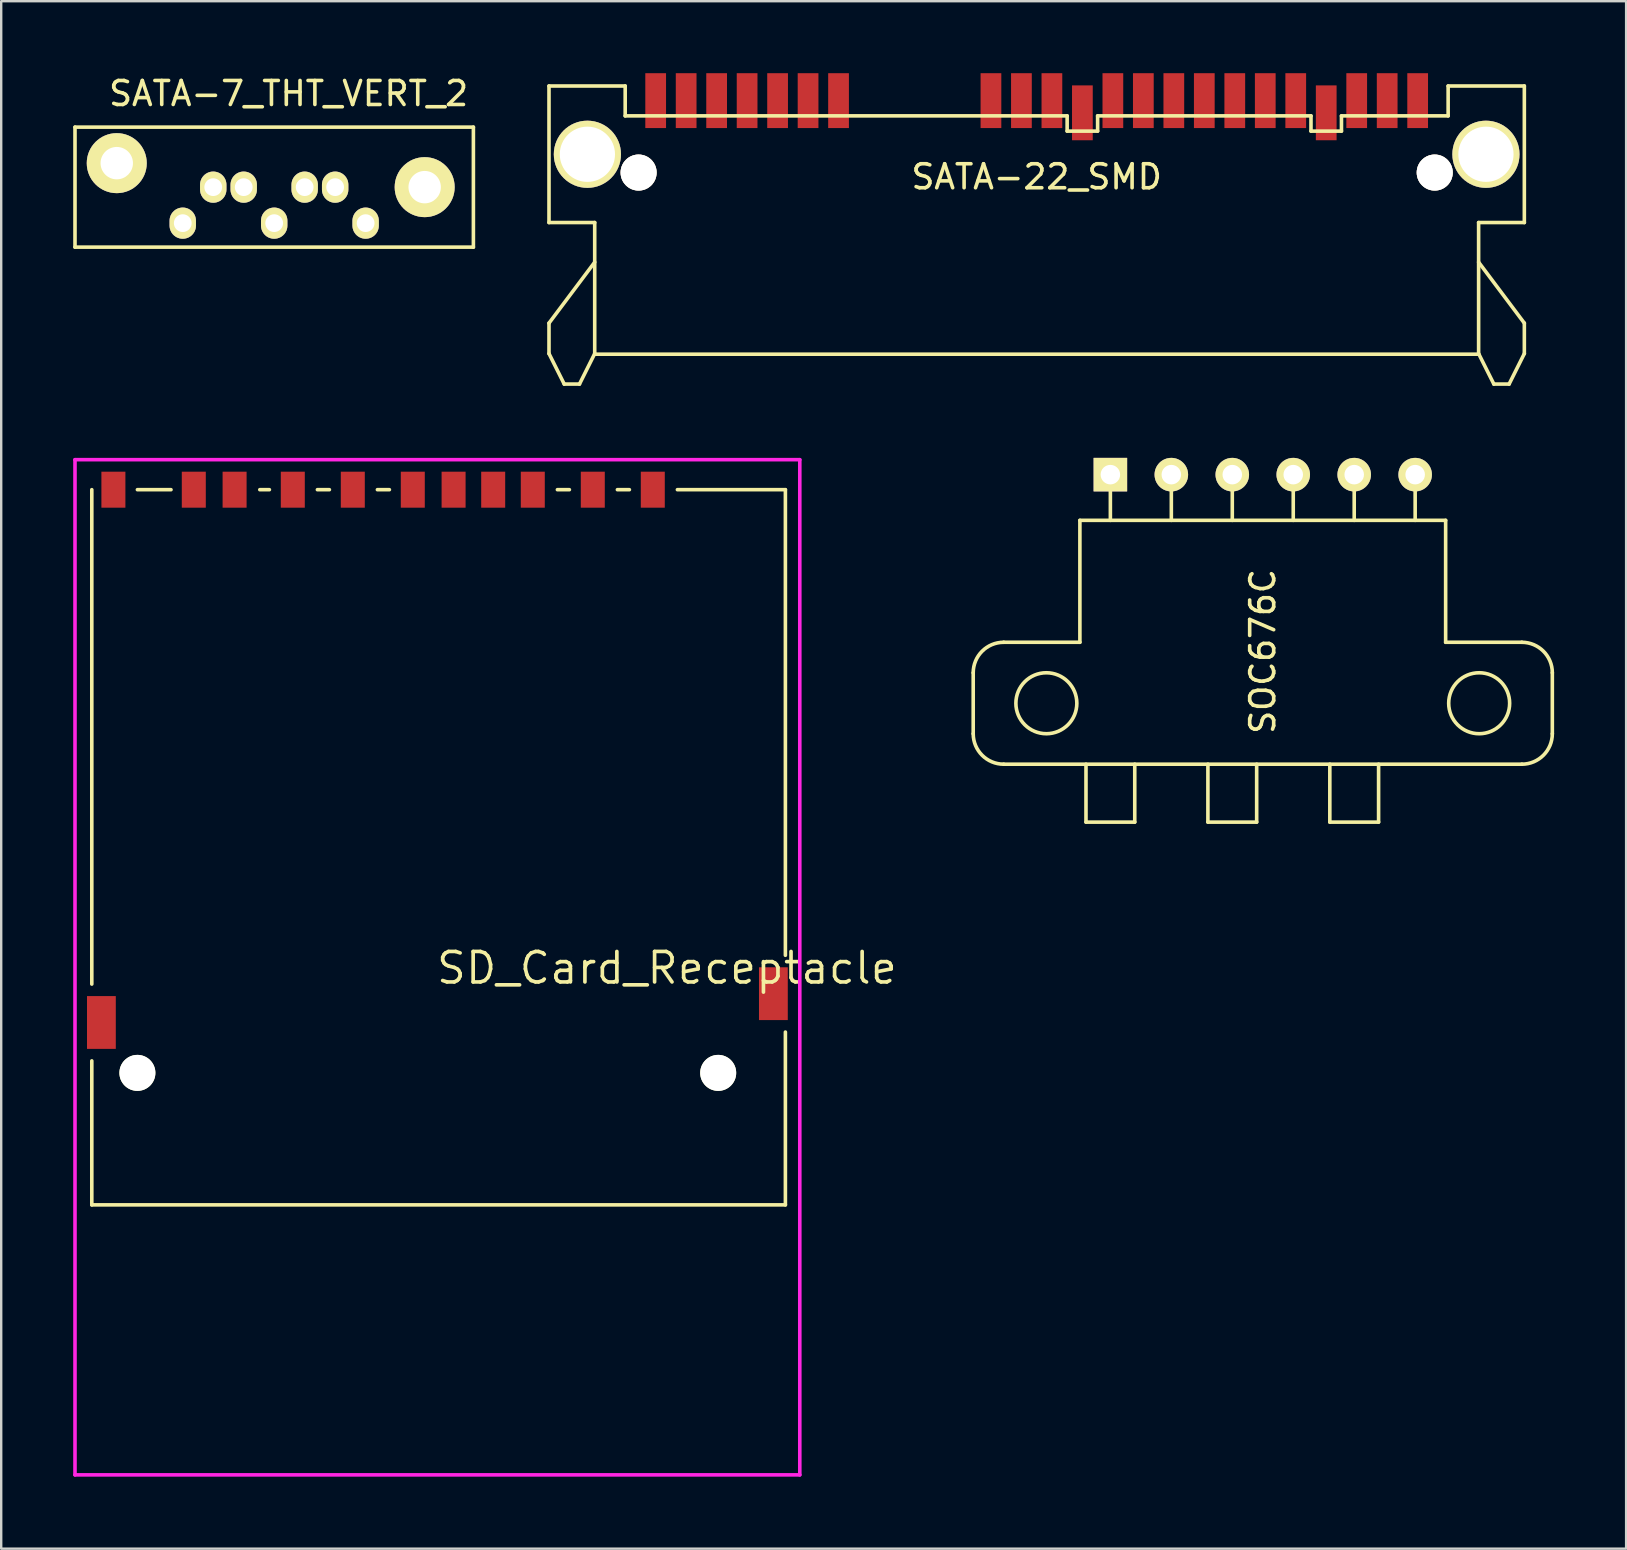
<source format=kicad_pcb>
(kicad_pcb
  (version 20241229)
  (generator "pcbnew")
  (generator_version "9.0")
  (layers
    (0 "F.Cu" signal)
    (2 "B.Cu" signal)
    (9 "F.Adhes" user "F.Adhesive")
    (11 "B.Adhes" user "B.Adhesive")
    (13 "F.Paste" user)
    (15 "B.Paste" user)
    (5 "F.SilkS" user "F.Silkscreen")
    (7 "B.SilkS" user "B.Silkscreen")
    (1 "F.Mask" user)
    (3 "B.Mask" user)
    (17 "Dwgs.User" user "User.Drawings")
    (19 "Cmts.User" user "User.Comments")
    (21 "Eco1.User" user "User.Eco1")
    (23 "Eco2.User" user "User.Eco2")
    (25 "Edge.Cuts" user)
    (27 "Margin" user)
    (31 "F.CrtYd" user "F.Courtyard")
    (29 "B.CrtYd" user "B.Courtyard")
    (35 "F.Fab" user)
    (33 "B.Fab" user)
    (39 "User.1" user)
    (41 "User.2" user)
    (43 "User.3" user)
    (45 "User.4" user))
  (footprint "SATA-7_THT_VERT_2"
    (layer "F.Cu")
    (at 8.375 4.748)
    (property "Reference" "SATA-7_THT_VERT_2" (at 0.6 -3.9 0) (layer "F.SilkS") (effects (font (size 1 1) (thickness 0.15))))
    (attr through_hole)
    (fp_line (start -8.3 -2.5) (end 8.3 -2.5) (stroke (width 0.15) (type solid)) (layer "F.SilkS"))
    (fp_line (start -8.3 2.5) (end -8.3 -2.5) (stroke (width 0.15) (type solid)) (layer "F.SilkS"))
    (fp_line (start 8.3 -2.5) (end 8.3 2.5) (stroke (width 0.15) (type solid)) (layer "F.SilkS"))
    (fp_line (start 8.3 2.5) (end -8.3 2.5) (stroke (width 0.15) (type solid)) (layer "F.SilkS"))
    (pad "1" thru_hole oval (at 3.81 1.5) (size 1.1 1.3) (drill 0.74) (layers "*.Cu" "*.Mask" "F.SilkS"))
    (pad "2" thru_hole oval (at 2.54 0) (size 1.1 1.3) (drill 0.74) (layers "*.Cu" "*.Mask" "F.SilkS"))
    (pad "3" thru_hole oval (at 1.27 0) (size 1.1 1.3) (drill 0.74) (layers "*.Cu" "*.Mask" "F.SilkS"))
    (pad "4" thru_hole oval (at 0 1.5) (size 1.1 1.3) (drill 0.74) (layers "*.Cu" "*.Mask" "F.SilkS"))
    (pad "5" thru_hole oval (at -1.27 0) (size 1.1 1.3) (drill 0.74) (layers "*.Cu" "*.Mask" "F.SilkS"))
    (pad "6" thru_hole oval (at -2.54 0) (size 1.1 1.3) (drill 0.74) (layers "*.Cu" "*.Mask" "F.SilkS"))
    (pad "7" thru_hole oval (at -3.81 1.5) (size 1.1 1.3) (drill 0.74) (layers "*.Cu" "*.Mask" "F.SilkS"))
    (pad "8" thru_hole circle (at -6.56 -1) (size 2.5 2.5) (drill 1.35) (layers "*.Cu" "*.Mask" "F.SilkS"))
    (pad "9" thru_hole circle (at 6.27 0) (size 2.5 2.5) (drill 1.35) (layers "*.Cu" "*.Mask" "F.SilkS")))
  (footprint "SATA-22_SMD"
    (layer "F.Cu")
    (at 40.145 1.143)
    (property "Reference" "SATA-22_SMD" (at 0 3.175 0) (layer "F.SilkS") (effects (font (size 1 1) (thickness 0.15))))
    (attr through_hole)
    (fp_line (start -20.32 -0.61) (end -20.32 5.08) (stroke (width 0.15) (type solid)) (layer "F.SilkS"))
    (fp_line (start -20.32 5.08) (end -18.415 5.08) (stroke (width 0.15) (type solid)) (layer "F.SilkS"))
    (fp_line (start -20.32 9.271) (end -18.415 6.731) (stroke (width 0.15) (type solid)) (layer "F.SilkS"))
    (fp_line (start -20.32 10.541) (end -20.32 9.271) (stroke (width 0.15) (type solid)) (layer "F.SilkS"))
    (fp_line (start -19.685 11.811) (end -20.32 10.541) (stroke (width 0.15) (type solid)) (layer "F.SilkS"))
    (fp_line (start -19.05 11.811) (end -19.685 11.811) (stroke (width 0.15) (type solid)) (layer "F.SilkS"))
    (fp_line (start -18.415 5.08) (end -18.415 10.566) (stroke (width 0.15) (type solid)) (layer "F.SilkS"))
    (fp_line (start -18.415 10.541) (end -19.05 11.811) (stroke (width 0.15) (type solid)) (layer "F.SilkS"))
    (fp_line (start -18.415 10.566) (end 18.415 10.566) (stroke (width 0.15) (type solid)) (layer "F.SilkS"))
    (fp_line (start -17.145 -0.61) (end -20.32 -0.61) (stroke (width 0.15) (type solid)) (layer "F.SilkS"))
    (fp_line (start -17.145 -0.61) (end -17.145 0.635) (stroke (width 0.15) (type solid)) (layer "F.SilkS"))
    (fp_line (start -17.145 0.635) (end 1.27 0.635) (stroke (width 0.15) (type solid)) (layer "F.SilkS"))
    (fp_line (start 1.27 0.635) (end 1.27 1.27) (stroke (width 0.15) (type solid)) (layer "F.SilkS"))
    (fp_line (start 1.27 1.27) (end 2.54 1.27) (stroke (width 0.15) (type solid)) (layer "F.SilkS"))
    (fp_line (start 2.54 0.635) (end 11.43 0.635) (stroke (width 0.15) (type solid)) (layer "F.SilkS"))
    (fp_line (start 2.54 1.27) (end 2.54 0.635) (stroke (width 0.15) (type solid)) (layer "F.SilkS"))
    (fp_line (start 11.43 0.635) (end 11.43 1.27) (stroke (width 0.15) (type solid)) (layer "F.SilkS"))
    (fp_line (start 11.43 1.27) (end 12.7 1.27) (stroke (width 0.15) (type solid)) (layer "F.SilkS"))
    (fp_line (start 12.7 0.635) (end 17.145 0.635) (stroke (width 0.15) (type solid)) (layer "F.SilkS"))
    (fp_line (start 12.7 1.27) (end 12.7 0.635) (stroke (width 0.15) (type solid)) (layer "F.SilkS"))
    (fp_line (start 17.145 -0.61) (end 17.145 0.635) (stroke (width 0.15) (type solid)) (layer "F.SilkS"))
    (fp_line (start 18.415 5.08) (end 20.32 5.08) (stroke (width 0.15) (type solid)) (layer "F.SilkS"))
    (fp_line (start 18.415 10.541) (end 19.05 11.811) (stroke (width 0.15) (type solid)) (layer "F.SilkS"))
    (fp_line (start 18.415 10.566) (end 18.415 5.08) (stroke (width 0.15) (type solid)) (layer "F.SilkS"))
    (fp_line (start 19.05 11.811) (end 19.685 11.811) (stroke (width 0.15) (type solid)) (layer "F.SilkS"))
    (fp_line (start 19.685 11.811) (end 20.32 10.541) (stroke (width 0.15) (type solid)) (layer "F.SilkS"))
    (fp_line (start 20.32 -0.61) (end 17.145 -0.61) (stroke (width 0.15) (type solid)) (layer "F.SilkS"))
    (fp_line (start 20.32 5.08) (end 20.32 -0.61) (stroke (width 0.15) (type solid)) (layer "F.SilkS"))
    (fp_line (start 20.32 9.271) (end 18.415 6.731) (stroke (width 0.15) (type solid)) (layer "F.SilkS"))
    (fp_line (start 20.32 10.541) (end 20.32 9.271) (stroke (width 0.15) (type solid)) (layer "F.SilkS"))
    (pad "" thru_hole circle (at -18.72 2.235) (size 2.799 2.799) (drill 2.301) (layers "*.Cu" "*.Mask" "F.SilkS"))
    (pad "" thru_hole circle (at -16.586 2.997) (size 1.501 1.501) (drill 1.501) (layers "*.Cu" "*.Mask" "F.SilkS"))
    (pad "" thru_hole circle (at 16.586 2.997) (size 1.501 1.501) (drill 1.501) (layers "*.Cu" "*.Mask" "F.SilkS"))
    (pad "" thru_hole circle (at 18.72 2.235) (size 2.799 2.799) (drill 2.301) (layers "*.Cu" "*.Mask" "F.SilkS"))
    (pad "1" smd rect (at -15.875 0) (size 0.864 2.286) (layers "F.Cu" "F.Mask" "F.Paste"))
    (pad "2" smd rect (at -14.605 0) (size 0.864 2.286) (layers "F.Cu" "F.Mask" "F.Paste"))
    (pad "3" smd rect (at -13.335 0) (size 0.864 2.286) (layers "F.Cu" "F.Mask" "F.Paste"))
    (pad "4" smd rect (at -12.065 0) (size 0.864 2.286) (layers "F.Cu" "F.Mask" "F.Paste"))
    (pad "5" smd rect (at -10.795 0) (size 0.864 2.286) (layers "F.Cu" "F.Mask" "F.Paste"))
    (pad "6" smd rect (at -9.525 0) (size 0.864 2.286) (layers "F.Cu" "F.Mask" "F.Paste"))
    (pad "7" smd rect (at -8.255 0) (size 0.864 2.286) (layers "F.Cu" "F.Mask" "F.Paste"))
    (pad "8" smd rect (at -1.905 0) (size 0.864 2.286) (layers "F.Cu" "F.Mask" "F.Paste"))
    (pad "9" smd rect (at -0.635 0) (size 0.864 2.286) (layers "F.Cu" "F.Mask" "F.Paste"))
    (pad "10" smd rect (at 0.635 0) (size 0.864 2.286) (layers "F.Cu" "F.Mask" "F.Paste"))
    (pad "11" smd rect (at 1.905 0.508) (size 0.864 2.286) (layers "F.Cu" "F.Mask" "F.Paste"))
    (pad "12" smd rect (at 3.175 0) (size 0.864 2.286) (layers "F.Cu" "F.Mask" "F.Paste"))
    (pad "13" smd rect (at 4.445 0) (size 0.864 2.286) (layers "F.Cu" "F.Mask" "F.Paste"))
    (pad "14" smd rect (at 5.715 0) (size 0.864 2.286) (layers "F.Cu" "F.Mask" "F.Paste"))
    (pad "15" smd rect (at 6.985 0) (size 0.864 2.286) (layers "F.Cu" "F.Mask" "F.Paste"))
    (pad "16" smd rect (at 8.255 0) (size 0.864 2.286) (layers "F.Cu" "F.Mask" "F.Paste"))
    (pad "17" smd rect (at 9.525 0) (size 0.864 2.286) (layers "F.Cu" "F.Mask" "F.Paste"))
    (pad "18" smd rect (at 10.795 0) (size 0.864 2.286) (layers "F.Cu" "F.Mask" "F.Paste"))
    (pad "19" smd rect (at 12.065 0.508) (size 0.864 2.286) (layers "F.Cu" "F.Mask" "F.Paste"))
    (pad "20" smd rect (at 13.335 0) (size 0.864 2.286) (layers "F.Cu" "F.Mask" "F.Paste"))
    (pad "21" smd rect (at 14.605 0) (size 0.864 2.286) (layers "F.Cu" "F.Mask" "F.Paste"))
    (pad "22" smd rect (at 15.875 0) (size 0.864 2.286) (layers "F.Cu" "F.Mask" "F.Paste")))
  (footprint "SD_Card_Receptacle"
    (layer "F.Cu")
    (at 14.775 17.354)
    (property "Reference" "SD_Card_Receptacle" (at 9.964 19.931 0) (layer "F.SilkS") (effects (font (size 1.27 1.27) (thickness 0.152))))
    (attr through_hole)
    (fp_line (start -14 20.6) (end -14 0) (stroke (width 0.15) (type solid)) (layer "F.SilkS"))
    (fp_line (start -14 29.8) (end -14 23.8) (stroke (width 0.15) (type solid)) (layer "F.SilkS"))
    (fp_line (start -12.1 0) (end -10.7 0) (stroke (width 0.15) (type solid)) (layer "F.SilkS"))
    (fp_line (start -7 0) (end -6.6 0) (stroke (width 0.15) (type solid)) (layer "F.SilkS"))
    (fp_line (start -4.6 0) (end -4.1 0) (stroke (width 0.15) (type solid)) (layer "F.SilkS"))
    (fp_line (start -2.1 0) (end -1.6 0) (stroke (width 0.15) (type solid)) (layer "F.SilkS"))
    (fp_line (start 5.4 0) (end 5.9 0) (stroke (width 0.15) (type solid)) (layer "F.SilkS"))
    (fp_line (start 7.9 0) (end 8.4 0) (stroke (width 0.15) (type solid)) (layer "F.SilkS"))
    (fp_line (start 14.9 0) (end 10.4 0) (stroke (width 0.15) (type solid)) (layer "F.SilkS"))
    (fp_line (start 14.9 19.4) (end 14.9 0) (stroke (width 0.15) (type solid)) (layer "F.SilkS"))
    (fp_line (start 14.9 29.8) (end -14 29.8) (stroke (width 0.15) (type solid)) (layer "F.SilkS"))
    (fp_line (start 14.9 29.8) (end 14.9 22.6) (stroke (width 0.15) (type solid)) (layer "F.SilkS"))
    (fp_line (start -14.7 -1.25) (end -14.7 41.05) (stroke (width 0.15) (type solid)) (layer "F.CrtYd"))
    (fp_line (start -14.7 41.05) (end 15.5 41.05) (stroke (width 0.15) (type solid)) (layer "F.CrtYd"))
    (fp_line (start 15.5 -1.25) (end -14.7 -1.25) (stroke (width 0.15) (type solid)) (layer "F.CrtYd"))
    (fp_line (start 15.5 41.05) (end 15.5 -1.25) (stroke (width 0.15) (type solid)) (layer "F.CrtYd"))
    (pad "" np_thru_hole circle (at -12.1 24.3) (size 1.5 1.5) (drill 1.5) (layers "*.Cu" "*.Mask" "F.SilkS"))
    (pad "" np_thru_hole circle (at 12.1 24.3) (size 1.5 1.5) (drill 1.5) (layers "*.Cu" "*.Mask" "F.SilkS"))
    (pad "1" smd rect (at 6.875 0) (size 1 1.5) (layers "F.Cu" "F.Mask" "F.Paste"))
    (pad "2" smd rect (at 4.375 0) (size 1 1.5) (layers "F.Cu" "F.Mask" "F.Paste"))
    (pad "3" smd rect (at 1.075 0) (size 1 1.5) (layers "F.Cu" "F.Mask" "F.Paste"))
    (pad "4" smd rect (at -0.625 0) (size 1 1.5) (layers "F.Cu" "F.Mask" "F.Paste"))
    (pad "5" smd rect (at -3.125 0) (size 1 1.5) (layers "F.Cu" "F.Mask" "F.Paste"))
    (pad "6" smd rect (at -5.625 0) (size 1 1.5) (layers "F.Cu" "F.Mask" "F.Paste"))
    (pad "7" smd rect (at -8.05 0) (size 1 1.5) (layers "F.Cu" "F.Mask" "F.Paste"))
    (pad "8" smd rect (at -9.75 0) (size 1 1.5) (layers "F.Cu" "F.Mask" "F.Paste"))
    (pad "9" smd rect (at 9.375 0) (size 1 1.5) (layers "F.Cu" "F.Mask" "F.Paste"))
    (pad "10" smd rect (at 2.725 0) (size 1 1.5) (layers "F.Cu" "F.Mask" "F.Paste"))
    (pad "11" smd rect (at -13.1 0) (size 1 1.5) (layers "F.Cu" "F.Mask" "F.Paste"))
    (pad "12" smd rect (at 14.4 21) (size 1.2 2.2) (layers "F.Cu" "F.Mask" "F.Paste"))
    (pad "13" smd rect (at -13.6 22.2) (size 1.2 2.2) (layers "F.Cu" "F.Mask" "F.Paste")))
  (footprint "SOC676C"
    (layer "F.Cu")
    (at 49.566 16.727)
    (property "Reference" "SOC676C" (at 0 7.366 90) (layer "F.SilkS") (effects (font (size 1 1) (thickness 0.15))))
    (attr through_hole)
    (fp_line (start -12.065 10.795) (end -12.065 8.255) (stroke (width 0.15) (type solid)) (layer "F.SilkS"))
    (fp_line (start -7.62 1.905) (end 7.62 1.905) (stroke (width 0.15) (type solid)) (layer "F.SilkS"))
    (fp_line (start -7.62 6.985) (end -10.795 6.985) (stroke (width 0.15) (type solid)) (layer "F.SilkS"))
    (fp_line (start -7.62 6.985) (end -7.62 1.905) (stroke (width 0.15) (type solid)) (layer "F.SilkS"))
    (fp_line (start -7.366 12.065) (end -7.366 14.478) (stroke (width 0.15) (type solid)) (layer "F.SilkS"))
    (fp_line (start -7.366 14.478) (end -5.334 14.478) (stroke (width 0.15) (type solid)) (layer "F.SilkS"))
    (fp_line (start -6.35 0) (end -6.35 1.905) (stroke (width 0.15) (type solid)) (layer "F.SilkS"))
    (fp_line (start -5.334 14.478) (end -5.334 12.065) (stroke (width 0.15) (type solid)) (layer "F.SilkS"))
    (fp_line (start -3.81 0) (end -3.81 1.905) (stroke (width 0.15) (type solid)) (layer "F.SilkS"))
    (fp_line (start -2.286 14.478) (end -2.286 12.065) (stroke (width 0.15) (type solid)) (layer "F.SilkS"))
    (fp_line (start -1.27 0) (end -1.27 1.905) (stroke (width 0.15) (type solid)) (layer "F.SilkS"))
    (fp_line (start -0.254 12.065) (end -0.254 14.478) (stroke (width 0.15) (type solid)) (layer "F.SilkS"))
    (fp_line (start -0.254 14.478) (end -2.286 14.478) (stroke (width 0.15) (type solid)) (layer "F.SilkS"))
    (fp_line (start 1.27 0) (end 1.27 1.905) (stroke (width 0.15) (type solid)) (layer "F.SilkS"))
    (fp_line (start 2.794 12.065) (end 2.794 14.478) (stroke (width 0.15) (type solid)) (layer "F.SilkS"))
    (fp_line (start 2.794 14.478) (end 4.826 14.478) (stroke (width 0.15) (type solid)) (layer "F.SilkS"))
    (fp_line (start 3.81 0) (end 3.81 1.905) (stroke (width 0.15) (type solid)) (layer "F.SilkS"))
    (fp_line (start 4.826 14.478) (end 4.826 12.065) (stroke (width 0.15) (type solid)) (layer "F.SilkS"))
    (fp_line (start 6.35 0) (end 6.35 1.905) (stroke (width 0.15) (type solid)) (layer "F.SilkS"))
    (fp_line (start 7.62 1.905) (end 7.62 6.985) (stroke (width 0.15) (type solid)) (layer "F.SilkS"))
    (fp_line (start 7.62 6.985) (end 10.795 6.985) (stroke (width 0.15) (type solid)) (layer "F.SilkS"))
    (fp_line (start 10.795 12.065) (end -10.795 12.065) (stroke (width 0.15) (type solid)) (layer "F.SilkS"))
    (fp_line (start 12.065 8.255) (end 12.065 10.795) (stroke (width 0.15) (type solid)) (layer "F.SilkS"))
    (fp_arc (start -12.065 8.255) (mid -11.693026 7.356974) (end -10.795 6.985) (stroke (width 0.15) (type solid)) (layer "F.SilkS"))
    (fp_arc (start -10.795 12.065) (mid -11.693026 11.693026) (end -12.065 10.795) (stroke (width 0.15) (type solid)) (layer "F.SilkS"))
    (fp_arc (start 10.795 6.985) (mid 11.693026 7.356974) (end 12.065 8.255) (stroke (width 0.15) (type solid)) (layer "F.SilkS"))
    (fp_arc (start 12.065 10.795) (mid 11.693026 11.693026) (end 10.795 12.065) (stroke (width 0.15) (type solid)) (layer "F.SilkS"))
    (fp_circle (center -9.017 9.525) (end -9.017 8.255) (stroke (width 0.15) (type solid)) (fill no) (layer "F.SilkS"))
    (fp_circle (center 9.017 9.525) (end 10.287 9.525) (stroke (width 0.15) (type solid)) (fill no) (layer "F.SilkS"))
    (pad "1" thru_hole rect (at -6.35 0 90) (size 1.397 1.397) (drill 0.813) (layers "*.Cu" "*.Mask" "F.SilkS"))
    (pad "2" thru_hole circle (at -3.81 0 90) (size 1.397 1.397) (drill 0.813) (layers "*.Cu" "*.Mask" "F.SilkS"))
    (pad "3" thru_hole circle (at -1.27 0 90) (size 1.397 1.397) (drill 0.813) (layers "*.Cu" "*.Mask" "F.SilkS"))
    (pad "4" thru_hole circle (at 1.27 0 90) (size 1.397 1.397) (drill 0.813) (layers "*.Cu" "*.Mask" "F.SilkS"))
    (pad "5" thru_hole circle (at 3.81 0 90) (size 1.397 1.397) (drill 0.813) (layers "*.Cu" "*.Mask" "F.SilkS"))
    (pad "6" thru_hole circle (at 6.35 0 90) (size 1.397 1.397) (drill 0.813) (layers "*.Cu" "*.Mask" "F.SilkS")))
  (gr_rect
    (start -3 -3)
    (end 64.706 61.479)
    (stroke (width 0.1) (type default))
    (fill no)
    (layer "Edge.Cuts")))
</source>
